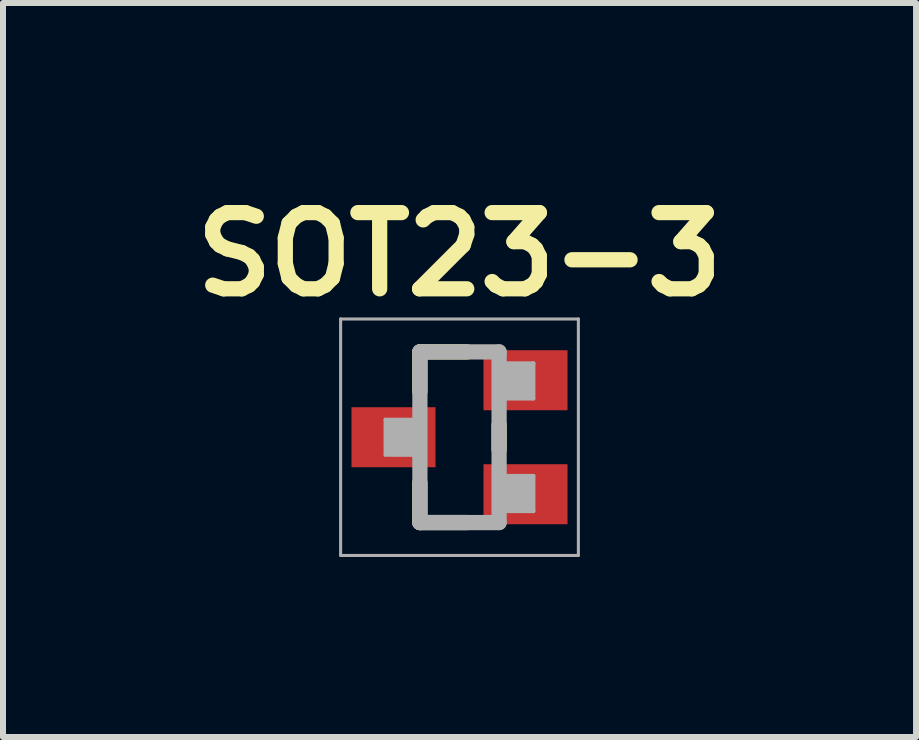
<source format=kicad_pcb>
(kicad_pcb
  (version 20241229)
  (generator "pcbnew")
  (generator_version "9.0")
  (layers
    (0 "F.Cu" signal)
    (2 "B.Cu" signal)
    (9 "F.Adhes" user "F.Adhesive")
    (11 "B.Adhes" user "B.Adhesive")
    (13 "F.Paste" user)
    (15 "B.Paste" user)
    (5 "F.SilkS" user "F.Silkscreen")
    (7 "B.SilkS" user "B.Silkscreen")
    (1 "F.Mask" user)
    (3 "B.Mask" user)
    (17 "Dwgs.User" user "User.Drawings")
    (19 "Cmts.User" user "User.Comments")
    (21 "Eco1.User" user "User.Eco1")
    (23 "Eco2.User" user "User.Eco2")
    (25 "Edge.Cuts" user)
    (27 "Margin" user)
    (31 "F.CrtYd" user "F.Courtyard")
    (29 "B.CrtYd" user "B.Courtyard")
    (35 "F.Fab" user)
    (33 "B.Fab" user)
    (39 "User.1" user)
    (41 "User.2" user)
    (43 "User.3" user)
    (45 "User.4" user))
  (footprint "SOT23-3"
    (layer "F.Cu")
    (at 4.608 4.237)
    (property "Reference" "SOT23-3" (at 0 -3.048 0) (layer "F.SilkS") (effects (font (size 1.27 1.27) (thickness 0.254))))
    (attr smd)
    (fp_line (start -0.66 -1.422) (end 0.127 -1.422) (stroke (width 0.254) (type solid)) (layer "F.SilkS"))
    (fp_line (start -0.66 -0.762) (end -0.66 -1.422) (stroke (width 0.254) (type solid)) (layer "F.SilkS"))
    (fp_line (start -0.66 1.422) (end -0.66 0.762) (stroke (width 0.254) (type solid)) (layer "F.SilkS"))
    (fp_line (start 0.127 1.422) (end -0.66 1.422) (stroke (width 0.254) (type solid)) (layer "F.SilkS"))
    (fp_line (start 0.66 0.203) (end 0.66 -0.203) (stroke (width 0.254) (type solid)) (layer "F.SilkS"))
    (fp_line (start -1.981 -1.971) (end 1.981 -1.971) (stroke (width 0.051) (type solid)) (layer "F.Fab"))
    (fp_line (start -1.981 1.971) (end -1.981 -1.971) (stroke (width 0.051) (type solid)) (layer "F.Fab"))
    (fp_line (start -1.232 -0.292) (end -0.775 -0.292) (stroke (width 0.066) (type solid)) (layer "F.Fab"))
    (fp_line (start -1.232 0.292) (end -1.232 -0.292) (stroke (width 0.066) (type solid)) (layer "F.Fab"))
    (fp_line (start -1.232 0.292) (end -0.775 0.292) (stroke (width 0.066) (type solid)) (layer "F.Fab"))
    (fp_line (start -0.775 0.292) (end -0.775 -0.292) (stroke (width 0.066) (type solid)) (layer "F.Fab"))
    (fp_line (start -0.762 0.051) (end -1.118 0.051) (stroke (width 0.28) (type solid)) (layer "F.Fab"))
    (fp_line (start -0.762 0.178) (end -1.092 0.178) (stroke (width 0.28) (type solid)) (layer "F.Fab"))
    (fp_line (start -0.737 -0.152) (end -1.118 -0.152) (stroke (width 0.28) (type solid)) (layer "F.Fab"))
    (fp_line (start -0.66 -1.422) (end 0.66 -1.422) (stroke (width 0.254) (type solid)) (layer "F.Fab"))
    (fp_line (start -0.66 1.422) (end -0.66 -1.422) (stroke (width 0.254) (type solid)) (layer "F.Fab"))
    (fp_line (start 0.66 -1.422) (end 0.66 1.422) (stroke (width 0.254) (type solid)) (layer "F.Fab"))
    (fp_line (start 0.66 1.422) (end -0.66 1.422) (stroke (width 0.254) (type solid)) (layer "F.Fab"))
    (fp_line (start 0.711 -1.092) (end 1.118 -1.092) (stroke (width 0.28) (type solid)) (layer "F.Fab"))
    (fp_line (start 0.711 -0.762) (end 1.092 -0.762) (stroke (width 0.28) (type solid)) (layer "F.Fab"))
    (fp_line (start 0.762 -0.889) (end 1.118 -0.889) (stroke (width 0.28) (type solid)) (layer "F.Fab"))
    (fp_line (start 0.762 0.762) (end 1.092 0.762) (stroke (width 0.28) (type solid)) (layer "F.Fab"))
    (fp_line (start 0.775 -1.232) (end 1.232 -1.232) (stroke (width 0.066) (type solid)) (layer "F.Fab"))
    (fp_line (start 0.775 -0.645) (end 0.775 -1.232) (stroke (width 0.066) (type solid)) (layer "F.Fab"))
    (fp_line (start 0.775 -0.645) (end 1.232 -0.645) (stroke (width 0.066) (type solid)) (layer "F.Fab"))
    (fp_line (start 0.775 0.645) (end 1.232 0.645) (stroke (width 0.066) (type solid)) (layer "F.Fab"))
    (fp_line (start 0.775 1.232) (end 0.775 0.645) (stroke (width 0.066) (type solid)) (layer "F.Fab"))
    (fp_line (start 0.775 1.232) (end 1.232 1.232) (stroke (width 0.066) (type solid)) (layer "F.Fab"))
    (fp_line (start 0.787 0.94) (end 1.092 0.94) (stroke (width 0.28) (type solid)) (layer "F.Fab"))
    (fp_line (start 0.787 1.092) (end 1.118 1.092) (stroke (width 0.28) (type solid)) (layer "F.Fab"))
    (fp_line (start 1.232 -0.645) (end 1.232 -1.232) (stroke (width 0.066) (type solid)) (layer "F.Fab"))
    (fp_line (start 1.232 1.232) (end 1.232 0.645) (stroke (width 0.066) (type solid)) (layer "F.Fab"))
    (fp_line (start 1.981 -1.971) (end 1.981 1.971) (stroke (width 0.051) (type solid)) (layer "F.Fab"))
    (fp_line (start 1.981 1.971) (end -1.981 1.971) (stroke (width 0.051) (type solid)) (layer "F.Fab"))
    (pad "1" smd rect (at 1.1 0.95 90) (size 1 1.4) (layers "F.Cu" "F.Mask" "F.Paste"))
    (pad "2" smd rect (at 1.1 -0.95 90) (size 1 1.4) (layers "F.Cu" "F.Mask" "F.Paste"))
    (pad "3" smd rect (at -1.1 0 90) (size 1 1.4) (layers "F.Cu" "F.Mask" "F.Paste")))
  (gr_rect
    (start -3 -3)
    (end 12.217 9.233)
    (stroke (width 0.1) (type default))
    (fill no)
    (layer "Edge.Cuts")))
</source>
